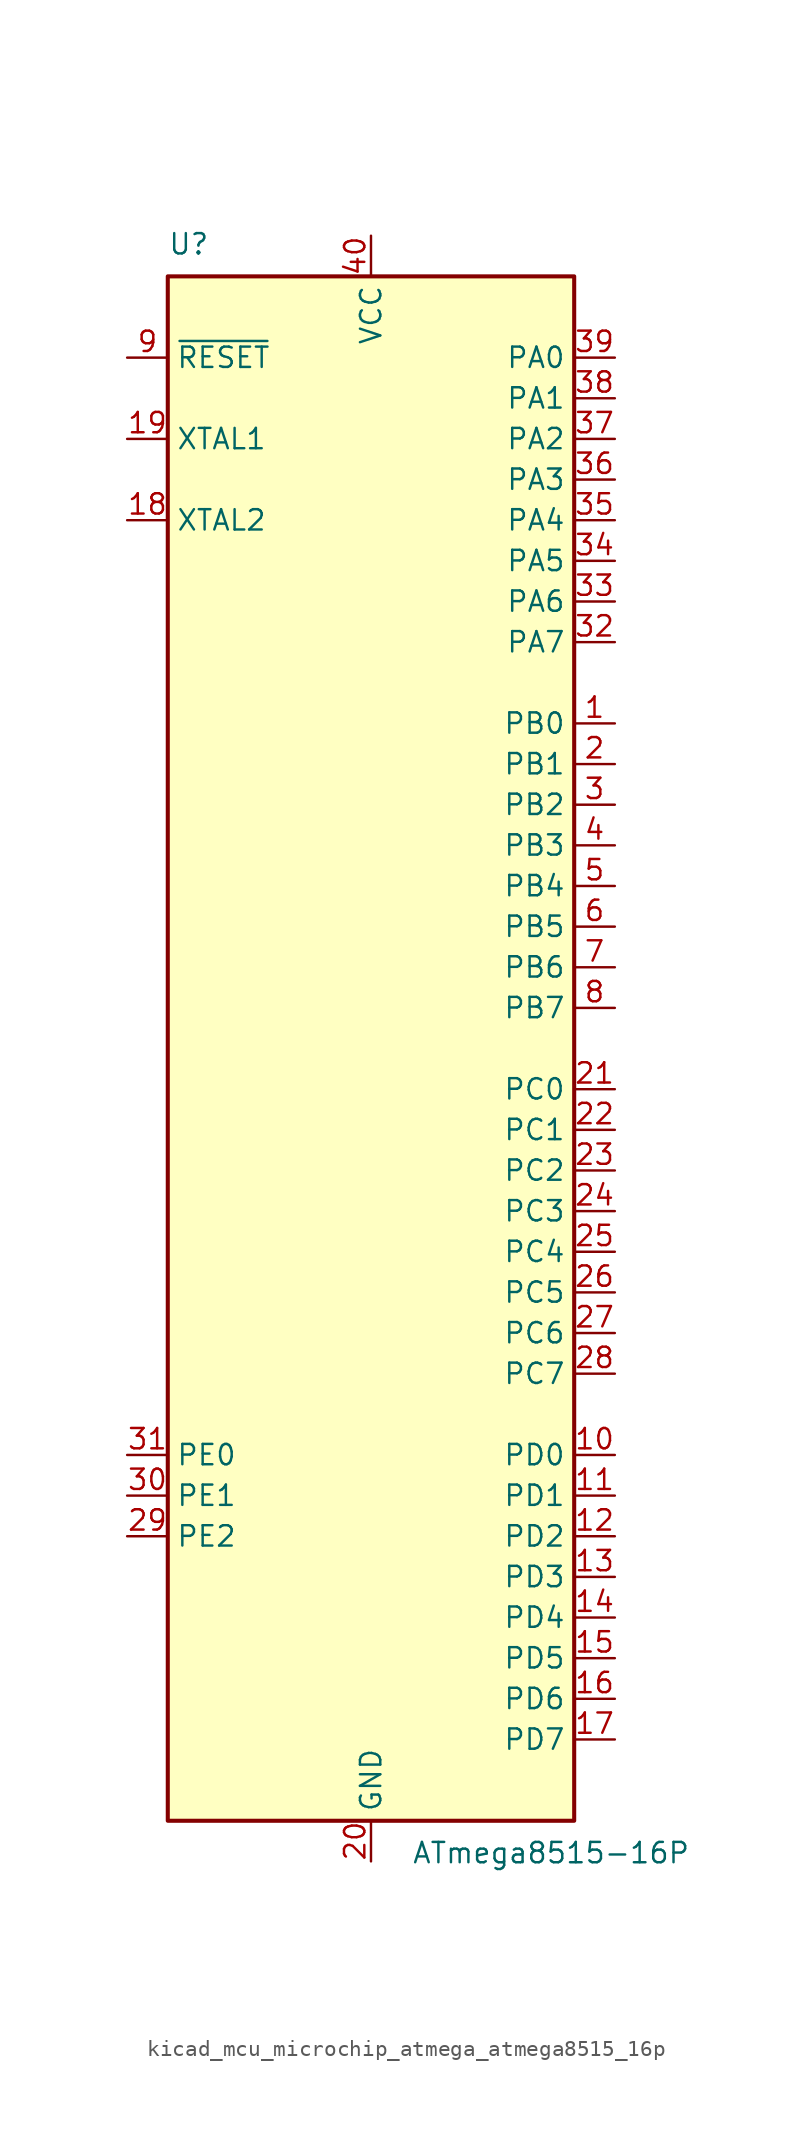
<source format=kicad_sym>
(kicad_symbol_lib
  (version 20220914)
  (generator kicad_symbol_editor)
  (symbol "kicad_mcu_microchip_atmega_atmega8515_16p"
    (property "Reference" "U"
      (at -12.7 49.53 0)
      (effects (font (size 1.27 1.27)) (justify left bottom)))
    (property "Value" "ATmega8515-16P"
      (at 2.54 -49.53 0)
      (effects (font (size 1.27 1.27)) (justify left top)))
    (symbol "kicad_mcu_microchip_atmega_atmega8515_16p_0_1"
      (rectangle (start -12.7 -48.26) (end 12.7 48.26) (stroke (width 0.254) (type default)) (fill (type background))))
    (symbol "kicad_mcu_microchip_atmega_atmega8515_16p_1_1"
      (pin bidirectional line (at 15.24 20.32 180) (length 2.54) (name "PB0" (effects (font (size 1.27 1.27)))) (number "1" (effects (font (size 1.27 1.27)))))
      (pin bidirectional line (at 15.24 -25.4 180) (length 2.54) (name "PD0" (effects (font (size 1.27 1.27)))) (number "10" (effects (font (size 1.27 1.27)))))
      (pin bidirectional line (at 15.24 -27.94 180) (length 2.54) (name "PD1" (effects (font (size 1.27 1.27)))) (number "11" (effects (font (size 1.27 1.27)))))
      (pin bidirectional line (at 15.24 -30.48 180) (length 2.54) (name "PD2" (effects (font (size 1.27 1.27)))) (number "12" (effects (font (size 1.27 1.27)))))
      (pin bidirectional line (at 15.24 -33.02 180) (length 2.54) (name "PD3" (effects (font (size 1.27 1.27)))) (number "13" (effects (font (size 1.27 1.27)))))
      (pin bidirectional line (at 15.24 -35.56 180) (length 2.54) (name "PD4" (effects (font (size 1.27 1.27)))) (number "14" (effects (font (size 1.27 1.27)))))
      (pin bidirectional line (at 15.24 -38.1 180) (length 2.54) (name "PD5" (effects (font (size 1.27 1.27)))) (number "15" (effects (font (size 1.27 1.27)))))
      (pin bidirectional line (at 15.24 -40.64 180) (length 2.54) (name "PD6" (effects (font (size 1.27 1.27)))) (number "16" (effects (font (size 1.27 1.27)))))
      (pin bidirectional line (at 15.24 -43.18 180) (length 2.54) (name "PD7" (effects (font (size 1.27 1.27)))) (number "17" (effects (font (size 1.27 1.27)))))
      (pin output line (at -15.24 33.02 0) (length 2.54) (name "XTAL2" (effects (font (size 1.27 1.27)))) (number "18" (effects (font (size 1.27 1.27)))))
      (pin input line (at -15.24 38.1 0) (length 2.54) (name "XTAL1" (effects (font (size 1.27 1.27)))) (number "19" (effects (font (size 1.27 1.27)))))
      (pin bidirectional line (at 15.24 17.78 180) (length 2.54) (name "PB1" (effects (font (size 1.27 1.27)))) (number "2" (effects (font (size 1.27 1.27)))))
      (pin power_in line (at 0 -50.8 90) (length 2.54) (name "GND" (effects (font (size 1.27 1.27)))) (number "20" (effects (font (size 1.27 1.27)))))
      (pin bidirectional line (at 15.24 -2.54 180) (length 2.54) (name "PC0" (effects (font (size 1.27 1.27)))) (number "21" (effects (font (size 1.27 1.27)))))
      (pin bidirectional line (at 15.24 -5.08 180) (length 2.54) (name "PC1" (effects (font (size 1.27 1.27)))) (number "22" (effects (font (size 1.27 1.27)))))
      (pin bidirectional line (at 15.24 -7.62 180) (length 2.54) (name "PC2" (effects (font (size 1.27 1.27)))) (number "23" (effects (font (size 1.27 1.27)))))
      (pin bidirectional line (at 15.24 -10.16 180) (length 2.54) (name "PC3" (effects (font (size 1.27 1.27)))) (number "24" (effects (font (size 1.27 1.27)))))
      (pin bidirectional line (at 15.24 -12.7 180) (length 2.54) (name "PC4" (effects (font (size 1.27 1.27)))) (number "25" (effects (font (size 1.27 1.27)))))
      (pin bidirectional line (at 15.24 -15.24 180) (length 2.54) (name "PC5" (effects (font (size 1.27 1.27)))) (number "26" (effects (font (size 1.27 1.27)))))
      (pin bidirectional line (at 15.24 -17.78 180) (length 2.54) (name "PC6" (effects (font (size 1.27 1.27)))) (number "27" (effects (font (size 1.27 1.27)))))
      (pin bidirectional line (at 15.24 -20.32 180) (length 2.54) (name "PC7" (effects (font (size 1.27 1.27)))) (number "28" (effects (font (size 1.27 1.27)))))
      (pin bidirectional line (at -15.24 -30.48 0) (length 2.54) (name "PE2" (effects (font (size 1.27 1.27)))) (number "29" (effects (font (size 1.27 1.27)))))
      (pin bidirectional line (at 15.24 15.24 180) (length 2.54) (name "PB2" (effects (font (size 1.27 1.27)))) (number "3" (effects (font (size 1.27 1.27)))))
      (pin bidirectional line (at -15.24 -27.94 0) (length 2.54) (name "PE1" (effects (font (size 1.27 1.27)))) (number "30" (effects (font (size 1.27 1.27)))))
      (pin bidirectional line (at -15.24 -25.4 0) (length 2.54) (name "PE0" (effects (font (size 1.27 1.27)))) (number "31" (effects (font (size 1.27 1.27)))))
      (pin bidirectional line (at 15.24 25.4 180) (length 2.54) (name "PA7" (effects (font (size 1.27 1.27)))) (number "32" (effects (font (size 1.27 1.27)))))
      (pin bidirectional line (at 15.24 27.94 180) (length 2.54) (name "PA6" (effects (font (size 1.27 1.27)))) (number "33" (effects (font (size 1.27 1.27)))))
      (pin bidirectional line (at 15.24 30.48 180) (length 2.54) (name "PA5" (effects (font (size 1.27 1.27)))) (number "34" (effects (font (size 1.27 1.27)))))
      (pin bidirectional line (at 15.24 33.02 180) (length 2.54) (name "PA4" (effects (font (size 1.27 1.27)))) (number "35" (effects (font (size 1.27 1.27)))))
      (pin bidirectional line (at 15.24 35.56 180) (length 2.54) (name "PA3" (effects (font (size 1.27 1.27)))) (number "36" (effects (font (size 1.27 1.27)))))
      (pin bidirectional line (at 15.24 38.1 180) (length 2.54) (name "PA2" (effects (font (size 1.27 1.27)))) (number "37" (effects (font (size 1.27 1.27)))))
      (pin bidirectional line (at 15.24 40.64 180) (length 2.54) (name "PA1" (effects (font (size 1.27 1.27)))) (number "38" (effects (font (size 1.27 1.27)))))
      (pin bidirectional line (at 15.24 43.18 180) (length 2.54) (name "PA0" (effects (font (size 1.27 1.27)))) (number "39" (effects (font (size 1.27 1.27)))))
      (pin bidirectional line (at 15.24 12.7 180) (length 2.54) (name "PB3" (effects (font (size 1.27 1.27)))) (number "4" (effects (font (size 1.27 1.27)))))
      (pin power_in line (at 0 50.8 270) (length 2.54) (name "VCC" (effects (font (size 1.27 1.27)))) (number "40" (effects (font (size 1.27 1.27)))))
      (pin bidirectional line (at 15.24 10.16 180) (length 2.54) (name "PB4" (effects (font (size 1.27 1.27)))) (number "5" (effects (font (size 1.27 1.27)))))
      (pin bidirectional line (at 15.24 7.62 180) (length 2.54) (name "PB5" (effects (font (size 1.27 1.27)))) (number "6" (effects (font (size 1.27 1.27)))))
      (pin bidirectional line (at 15.24 5.08 180) (length 2.54) (name "PB6" (effects (font (size 1.27 1.27)))) (number "7" (effects (font (size 1.27 1.27)))))
      (pin bidirectional line (at 15.24 2.54 180) (length 2.54) (name "PB7" (effects (font (size 1.27 1.27)))) (number "8" (effects (font (size 1.27 1.27)))))
      (pin input line (at -15.24 43.18 0) (length 2.54) (name "~{RESET}" (effects (font (size 1.27 1.27)))) (number "9" (effects (font (size 1.27 1.27))))))))
</source>
